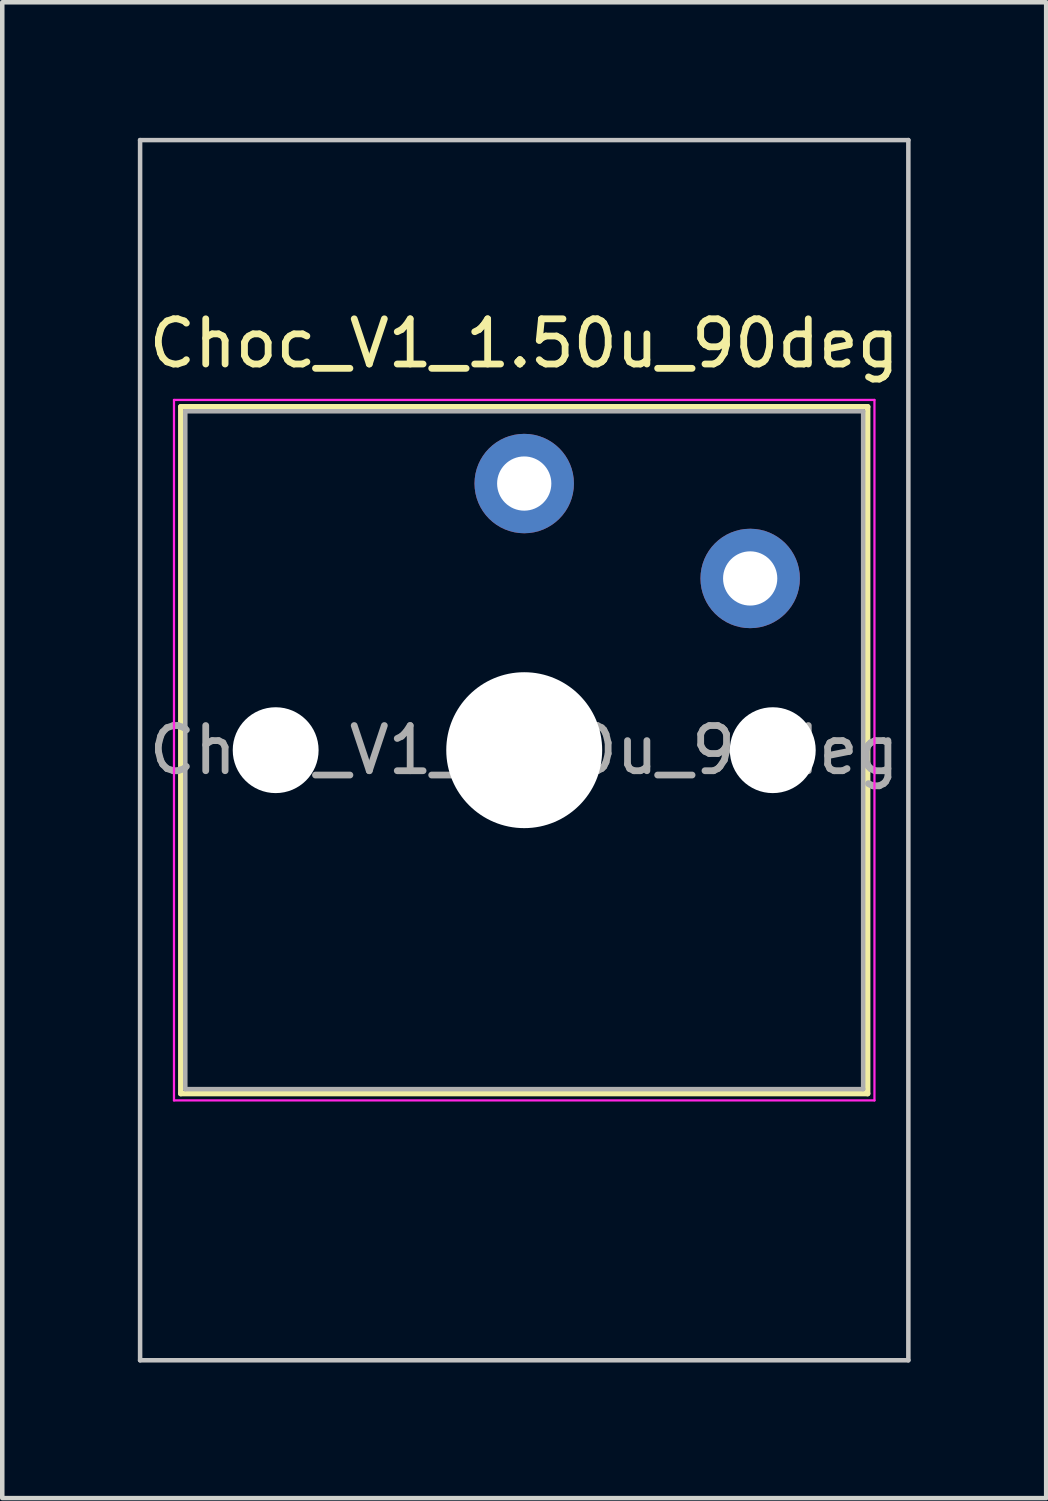
<source format=kicad_pcb>
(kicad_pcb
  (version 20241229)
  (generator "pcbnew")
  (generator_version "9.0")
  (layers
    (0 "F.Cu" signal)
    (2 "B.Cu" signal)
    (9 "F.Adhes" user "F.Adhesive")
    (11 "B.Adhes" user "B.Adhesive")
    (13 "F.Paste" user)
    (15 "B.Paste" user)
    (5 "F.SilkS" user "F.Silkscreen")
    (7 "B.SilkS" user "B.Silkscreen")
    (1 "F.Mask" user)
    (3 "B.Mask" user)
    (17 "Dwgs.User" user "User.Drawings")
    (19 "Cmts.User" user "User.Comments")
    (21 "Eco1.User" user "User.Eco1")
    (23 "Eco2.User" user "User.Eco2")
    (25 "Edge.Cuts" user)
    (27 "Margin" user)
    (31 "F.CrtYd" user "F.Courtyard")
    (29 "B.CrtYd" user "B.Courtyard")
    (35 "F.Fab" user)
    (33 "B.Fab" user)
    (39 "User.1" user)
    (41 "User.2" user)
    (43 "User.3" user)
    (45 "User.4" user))
  (footprint "Choc_V1_1.50u_90deg"
    (layer "F.Cu")
    (at 8.55 13.55)
    (property "Reference" "Choc_V1_1.50u_90deg" (at 0 -9 0) (layer "F.SilkS") (effects (font (size 1 1) (thickness 0.15))))
    (attr through_hole)
    (fp_line (start -7.6 -7.6) (end -7.6 7.6) (stroke (width 0.12) (type solid)) (layer "F.SilkS"))
    (fp_line (start -7.6 7.6) (end 7.6 7.6) (stroke (width 0.12) (type solid)) (layer "F.SilkS"))
    (fp_line (start 7.6 -7.6) (end -7.6 -7.6) (stroke (width 0.12) (type solid)) (layer "F.SilkS"))
    (fp_line (start 7.6 7.6) (end 7.6 -7.6) (stroke (width 0.12) (type solid)) (layer "F.SilkS"))
    (fp_line (start -8.5 -13.5) (end 8.5 -13.5) (stroke (width 0.1) (type solid)) (layer "Dwgs.User"))
    (fp_line (start -8.5 13.5) (end -8.5 -13.5) (stroke (width 0.1) (type solid)) (layer "Dwgs.User"))
    (fp_line (start 8.5 -13.5) (end 8.5 13.5) (stroke (width 0.1) (type solid)) (layer "Dwgs.User"))
    (fp_line (start 8.5 13.5) (end -8.5 13.5) (stroke (width 0.1) (type solid)) (layer "Dwgs.User"))
    (fp_line (start -7.25 -7.25) (end -7.25 7.25) (stroke (width 0.1) (type solid)) (layer "Eco1.User"))
    (fp_line (start -7.25 7.25) (end 7.25 7.25) (stroke (width 0.1) (type solid)) (layer "Eco1.User"))
    (fp_line (start 7.25 -7.25) (end -7.25 -7.25) (stroke (width 0.1) (type solid)) (layer "Eco1.User"))
    (fp_line (start 7.25 7.25) (end 7.25 -7.25) (stroke (width 0.1) (type solid)) (layer "Eco1.User"))
    (fp_line (start -7.75 -7.75) (end -7.75 7.75) (stroke (width 0.05) (type solid)) (layer "F.CrtYd"))
    (fp_line (start -7.75 7.75) (end 7.75 7.75) (stroke (width 0.05) (type solid)) (layer "F.CrtYd"))
    (fp_line (start 7.75 -7.75) (end -7.75 -7.75) (stroke (width 0.05) (type solid)) (layer "F.CrtYd"))
    (fp_line (start 7.75 7.75) (end 7.75 -7.75) (stroke (width 0.05) (type solid)) (layer "F.CrtYd"))
    (fp_line (start -7.5 -7.5) (end -7.5 7.5) (stroke (width 0.1) (type solid)) (layer "F.Fab"))
    (fp_line (start -7.5 7.5) (end 7.5 7.5) (stroke (width 0.1) (type solid)) (layer "F.Fab"))
    (fp_line (start 7.5 -7.5) (end -7.5 -7.5) (stroke (width 0.1) (type solid)) (layer "F.Fab"))
    (fp_line (start 7.5 7.5) (end 7.5 -7.5) (stroke (width 0.1) (type solid)) (layer "F.Fab"))
    (fp_text user "${REFERENCE}" (at 0 0 0) (layer "F.Fab") (effects (font (size 1 1) (thickness 0.15))))
    (pad "" np_thru_hole circle (at -5.5 0) (size 1.9 1.9) (drill 1.9) (layers "*.Cu" "*.Mask"))
    (pad "" np_thru_hole circle (at 0 0) (size 3.45 3.45) (drill 3.45) (layers "*.Cu" "*.Mask"))
    (pad "" np_thru_hole circle (at 5.5 0) (size 1.9 1.9) (drill 1.9) (layers "*.Cu" "*.Mask"))
    (pad "1" thru_hole circle (at 0 -5.9) (size 2.2 2.2) (drill 1.2) (layers "*.Cu" "*.Mask"))
    (pad "2" thru_hole circle (at 5 -3.8) (size 2.2 2.2) (drill 1.2) (layers "*.Cu" "*.Mask")))
  (gr_rect
    (start -3 -3)
    (end 20.1 30.1)
    (stroke (width 0.1) (type default))
    (fill no)
    (layer "Edge.Cuts")))
</source>
